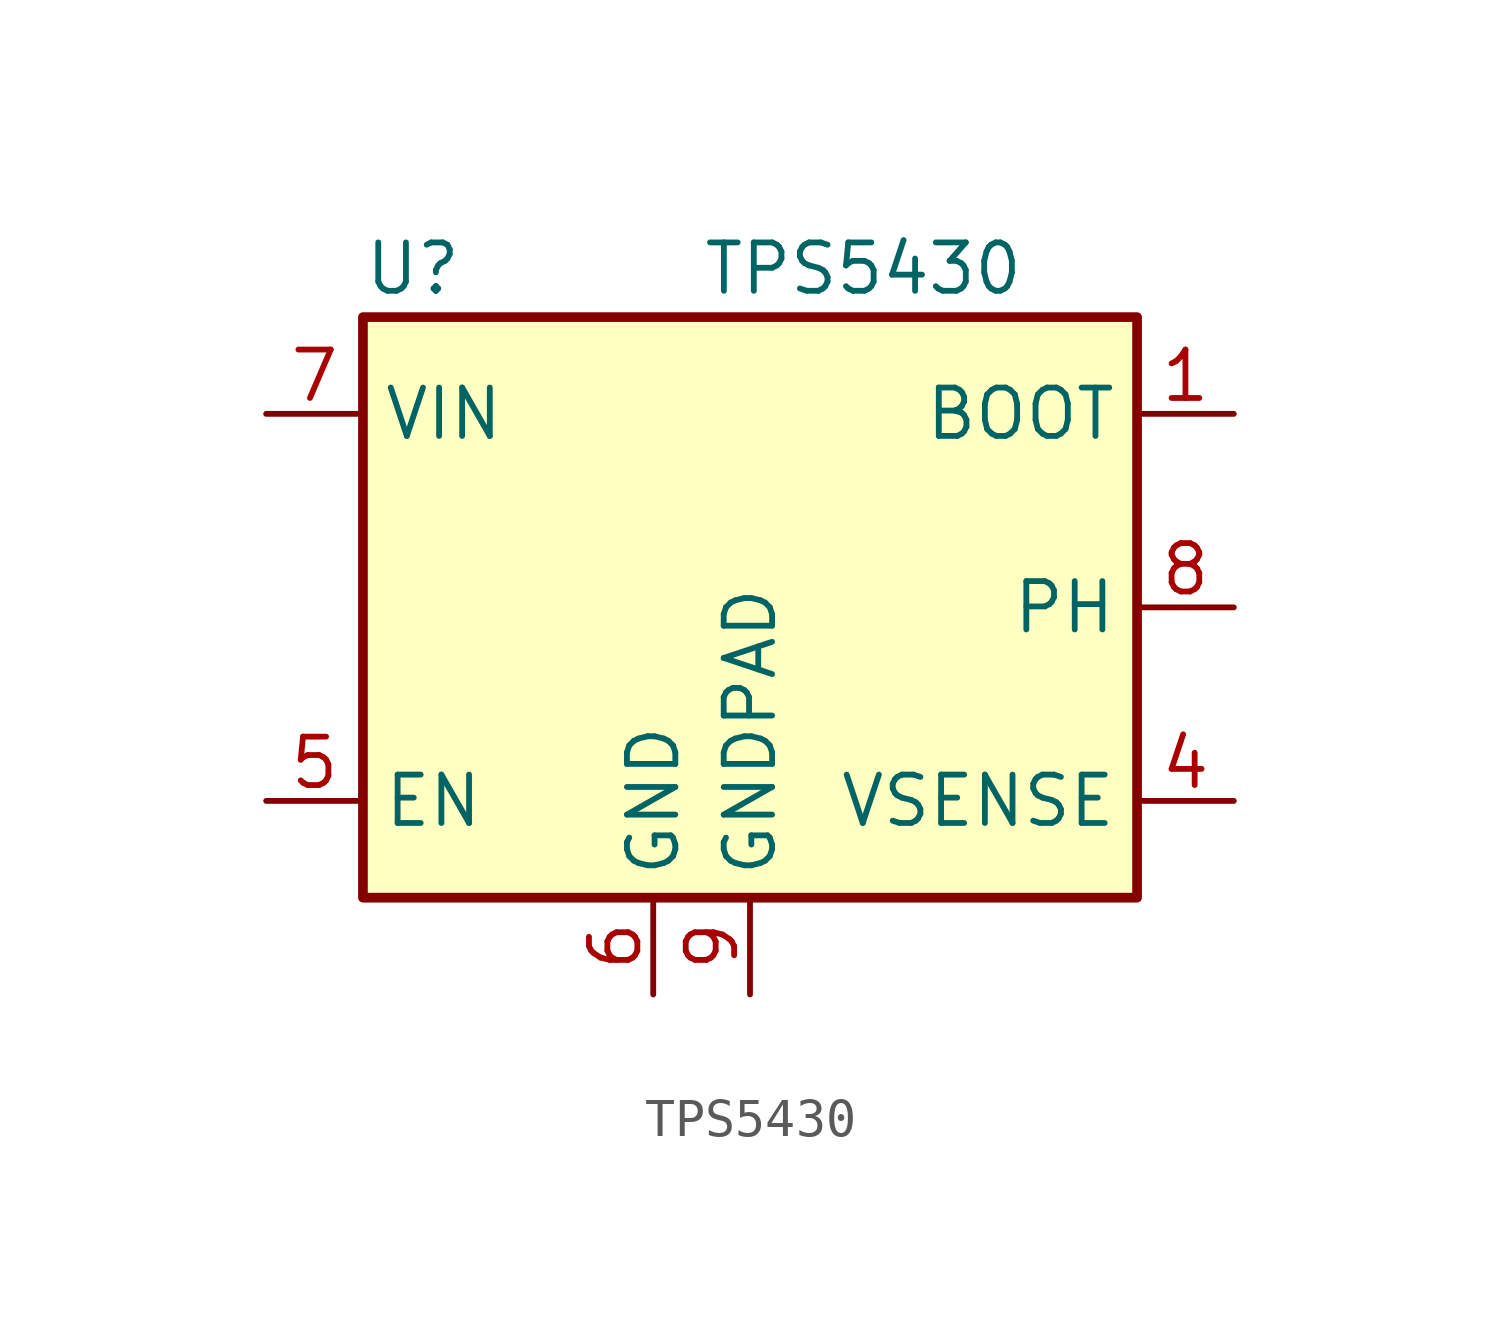
<source format=kicad_sym>
(kicad_symbol_lib
  (version 20220914)
  (generator kicad_db_lib)
  (symbol "TPS5430"
    (property "Reference" "U"
      (at -10.16 8.89 0)
      (effects (font (size 1.27 1.27)) (justify left)))
    (property "Value" "TPS5430"
      (at -1.27 8.89 0)
      (effects (font (size 1.27 1.27)) (justify left)))
    (symbol "TPS5430_0_1"
      (rectangle (start -10.16 7.62) (end 10.16 -7.62) (stroke (width 0.254) (type default)) (fill (type background))))
    (symbol "TPS5430_1_1"
      (pin input line (at 12.7 5.08 180) (length 2.54) (name "BOOT" (effects (font (size 1.27 1.27)))) (number "1" (effects (font (size 1.27 1.27)))))
      (pin no_connect line (at -10.16 2.54 0) (length 2.54) hide (name "NC" (effects (font (size 1.27 1.27)))) (number "2" (effects (font (size 1.27 1.27)))))
      (pin no_connect line (at -10.16 -2.54 0) (length 2.54) hide (name "NC" (effects (font (size 1.27 1.27)))) (number "3" (effects (font (size 1.27 1.27)))))
      (pin input line (at 12.7 -5.08 180) (length 2.54) (name "VSENSE" (effects (font (size 1.27 1.27)))) (number "4" (effects (font (size 1.27 1.27)))))
      (pin input line (at -12.7 -5.08 0) (length 2.54) (name "EN" (effects (font (size 1.27 1.27)))) (number "5" (effects (font (size 1.27 1.27)))))
      (pin power_in line (at -2.54 -10.16 90) (length 2.54) (name "GND" (effects (font (size 1.27 1.27)))) (number "6" (effects (font (size 1.27 1.27)))))
      (pin power_in line (at -12.7 5.08 0) (length 2.54) (name "VIN" (effects (font (size 1.27 1.27)))) (number "7" (effects (font (size 1.27 1.27)))))
      (pin output line (at 12.7 0 180) (length 2.54) (name "PH" (effects (font (size 1.27 1.27)))) (number "8" (effects (font (size 1.27 1.27)))))
      (pin power_in line (at 0 -10.16 90) (length 2.54) (name "GNDPAD" (effects (font (size 1.27 1.27)))) (number "9" (effects (font (size 1.27 1.27))))))))
</source>
